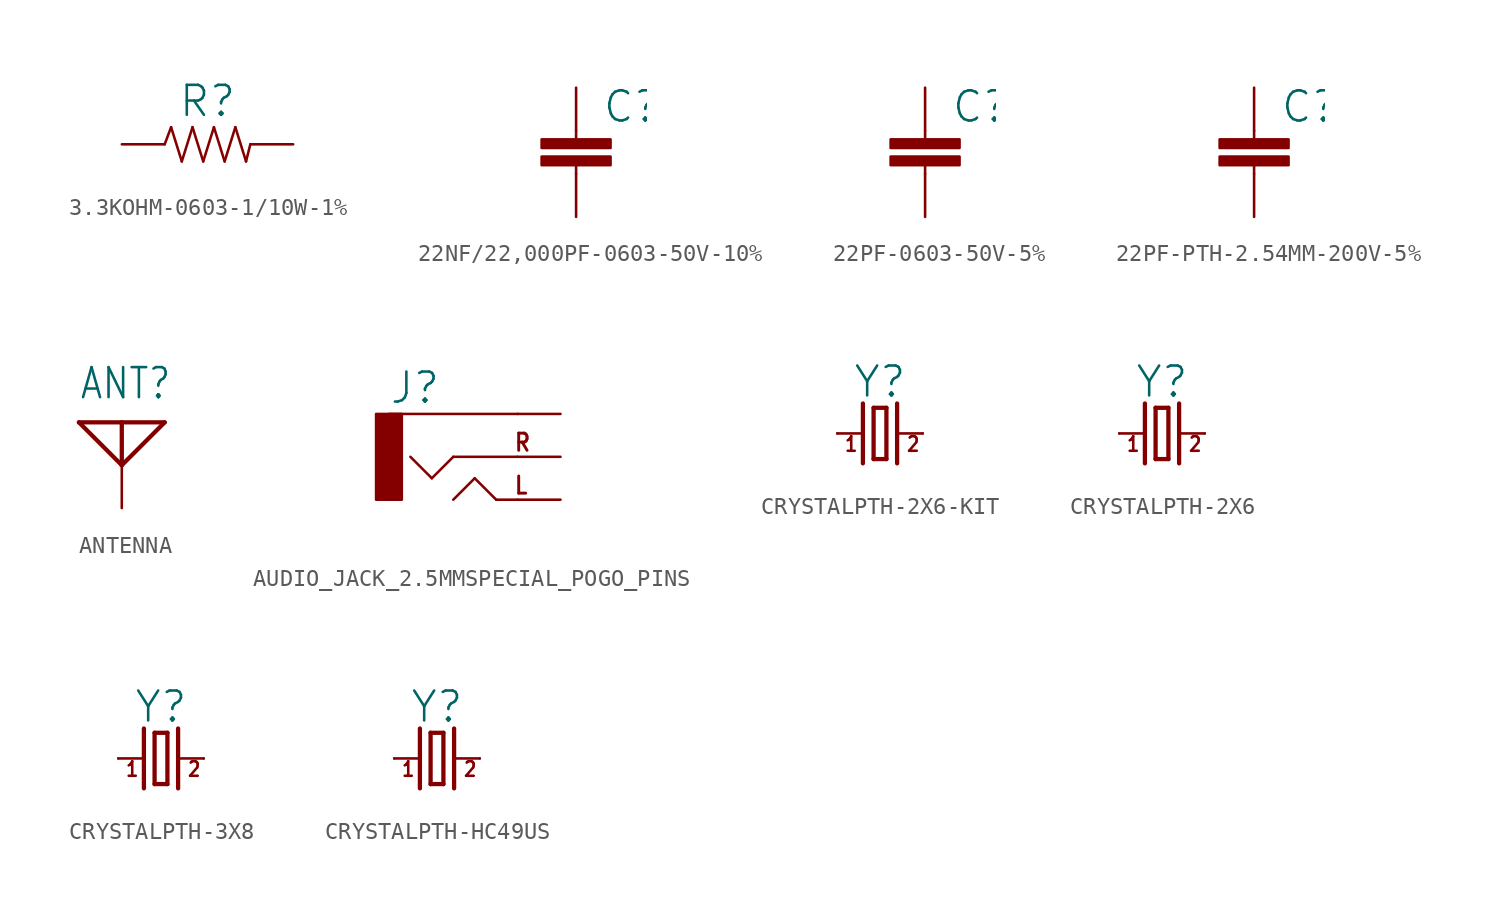
<source format=kicad_sym>
(kicad_symbol_lib
  (version 20231120)
  (generator "kicad_symbol_editor")
  (generator_version "8.0")
  (symbol "3.3KOHM-0603-1/10W-1%"
    (property "Reference" "R"
      (at 0 1.524 0)
      (effects (font (size 1.778 1.778)) (justify bottom)))
    (property "Value" ""
      (at 0 -1.524 0)
      (effects (font (size 1.778 1.778)) (justify top)))
    (property "ki_locked" ""
      (at 0 0 0)
      (effects (font (size 1.27 1.27))))
    (symbol "3.3KOHM-0603-1/10W-1%_1_0"
      (polyline (pts (xy -2.54 0) (xy -2.159 1.016)) (stroke (width 0.152) (type solid)) (fill (type none)))
      (polyline (pts (xy -2.159 1.016) (xy -1.524 -1.016)) (stroke (width 0.152) (type solid)) (fill (type none)))
      (polyline (pts (xy -1.524 -1.016) (xy -0.889 1.016)) (stroke (width 0.152) (type solid)) (fill (type none)))
      (polyline (pts (xy -0.889 1.016) (xy -0.254 -1.016)) (stroke (width 0.152) (type solid)) (fill (type none)))
      (polyline (pts (xy -0.254 -1.016) (xy 0.381 1.016)) (stroke (width 0.152) (type solid)) (fill (type none)))
      (polyline (pts (xy 0.381 1.016) (xy 1.016 -1.016)) (stroke (width 0.152) (type solid)) (fill (type none)))
      (polyline (pts (xy 1.016 -1.016) (xy 1.651 1.016)) (stroke (width 0.152) (type solid)) (fill (type none)))
      (polyline (pts (xy 1.651 1.016) (xy 2.286 -1.016)) (stroke (width 0.152) (type solid)) (fill (type none)))
      (polyline (pts (xy 2.286 -1.016) (xy 2.54 0)) (stroke (width 0.152) (type solid)) (fill (type none)))
      (pin passive line (at -5.08 0 0) (length 2.54) (name "1" (effects (font (size 0 0)))) (number "1" (effects (font (size 0 0)))))
      (pin passive line (at 5.08 0 180) (length 2.54) (name "2" (effects (font (size 0 0)))) (number "2" (effects (font (size 0 0)))))))
  (symbol "22NF/22,000PF-0603-50V-10%"
    (property "Reference" "C"
      (at 1.524 2.921 0)
      (effects (font (size 1.778 1.778)) (justify left bottom)))
    (property "Value" ""
      (at 1.524 -2.159 0)
      (effects (font (size 1.778 1.778)) (justify left bottom)))
    (property "ki_locked" ""
      (at 0 0 0)
      (effects (font (size 1.27 1.27))))
    (symbol "22NF/22,000PF-0603-50V-10%_1_0"
      (rectangle (start -2.032 0.508) (end 2.032 1.016) (stroke (width 0) (type default)) (fill (type outline)))
      (rectangle (start -2.032 1.524) (end 2.032 2.032) (stroke (width 0) (type default)) (fill (type outline)))
      (polyline (pts (xy 0 0) (xy 0 0.508)) (stroke (width 0.152) (type solid)) (fill (type none)))
      (polyline (pts (xy 0 2.54) (xy 0 2.032)) (stroke (width 0.152) (type solid)) (fill (type none)))
      (pin passive line (at 0 5.08 270) (length 2.54) (name "1" (effects (font (size 0 0)))) (number "1" (effects (font (size 0 0)))))
      (pin passive line (at 0 -2.54 90) (length 2.54) (name "2" (effects (font (size 0 0)))) (number "2" (effects (font (size 0 0)))))))
  (symbol "22PF-0603-50V-5%"
    (property "Reference" "C"
      (at 1.524 2.921 0)
      (effects (font (size 1.778 1.778)) (justify left bottom)))
    (property "Value" ""
      (at 1.524 -2.159 0)
      (effects (font (size 1.778 1.778)) (justify left bottom)))
    (property "ki_locked" ""
      (at 0 0 0)
      (effects (font (size 1.27 1.27))))
    (symbol "22PF-0603-50V-5%_1_0"
      (rectangle (start -2.032 0.508) (end 2.032 1.016) (stroke (width 0) (type default)) (fill (type outline)))
      (rectangle (start -2.032 1.524) (end 2.032 2.032) (stroke (width 0) (type default)) (fill (type outline)))
      (polyline (pts (xy 0 0) (xy 0 0.508)) (stroke (width 0.152) (type solid)) (fill (type none)))
      (polyline (pts (xy 0 2.54) (xy 0 2.032)) (stroke (width 0.152) (type solid)) (fill (type none)))
      (pin passive line (at 0 5.08 270) (length 2.54) (name "1" (effects (font (size 0 0)))) (number "1" (effects (font (size 0 0)))))
      (pin passive line (at 0 -2.54 90) (length 2.54) (name "2" (effects (font (size 0 0)))) (number "2" (effects (font (size 0 0)))))))
  (symbol "22PF-PTH-2.54MM-200V-5%"
    (property "Reference" "C"
      (at 1.524 2.921 0)
      (effects (font (size 1.778 1.778)) (justify left bottom)))
    (property "Value" ""
      (at 1.524 -2.159 0)
      (effects (font (size 1.778 1.778)) (justify left bottom)))
    (property "ki_locked" ""
      (at 0 0 0)
      (effects (font (size 1.27 1.27))))
    (symbol "22PF-PTH-2.54MM-200V-5%_1_0"
      (rectangle (start -2.032 0.508) (end 2.032 1.016) (stroke (width 0) (type default)) (fill (type outline)))
      (rectangle (start -2.032 1.524) (end 2.032 2.032) (stroke (width 0) (type default)) (fill (type outline)))
      (polyline (pts (xy 0 0) (xy 0 0.508)) (stroke (width 0.152) (type solid)) (fill (type none)))
      (polyline (pts (xy 0 2.54) (xy 0 2.032)) (stroke (width 0.152) (type solid)) (fill (type none)))
      (pin passive line (at 0 5.08 270) (length 2.54) (name "1" (effects (font (size 0 0)))) (number "1" (effects (font (size 0 0)))))
      (pin passive line (at 0 -2.54 90) (length 2.54) (name "2" (effects (font (size 0 0)))) (number "2" (effects (font (size 0 0)))))))
  (symbol "ANTENNA"
    (property "Reference" "ANT"
      (at -2.54 1.27 0)
      (effects (font (size 1.778 1.511)) (justify left bottom)))
    (property "Value" ""
      (at 2.54 -5.08 0)
      (effects (font (size 1.778 1.511)) (justify left bottom)))
    (property "ki_locked" ""
      (at 0 0 0)
      (effects (font (size 1.27 1.27))))
    (symbol "ANTENNA_1_0"
      (polyline (pts (xy -2.54 0) (xy 0 0)) (stroke (width 0.254) (type solid)) (fill (type none)))
      (polyline (pts (xy 0 -2.54) (xy -2.54 0)) (stroke (width 0.254) (type solid)) (fill (type none)))
      (polyline (pts (xy 0 0) (xy 0 -2.54)) (stroke (width 0.254) (type solid)) (fill (type none)))
      (polyline (pts (xy 0 0) (xy 2.54 0)) (stroke (width 0.254) (type solid)) (fill (type none)))
      (polyline (pts (xy 2.54 0) (xy 0 -2.54)) (stroke (width 0.254) (type solid)) (fill (type none)))
      (pin output line (at 0 -5.08 90) (length 2.54) (name "1" (effects (font (size 0 0)))) (number "1" (effects (font (size 0 0)))))))
  (symbol "AUDIO_JACK_2.5MMSPECIAL_POGO_PINS"
    (property "Reference" "J"
      (at -5.08 3.048 0)
      (effects (font (size 1.778 1.778)) (justify left bottom)))
    (property "Value" ""
      (at -5.08 -5.08 0)
      (effects (font (size 1.778 1.778)) (justify left bottom)))
    (property "ki_locked" ""
      (at 0 0 0)
      (effects (font (size 1.27 1.27))))
    (symbol "AUDIO_JACK_2.5MMSPECIAL_POGO_PINS_1_0"
      (rectangle (start -5.842 2.54) (end -4.318 -2.54) (stroke (width 0) (type default)) (fill (type outline)))
      (polyline (pts (xy -2.54 -1.27) (xy -3.81 0)) (stroke (width 0.152) (type solid)) (fill (type none)))
      (polyline (pts (xy -1.27 -2.54) (xy 0 -1.27)) (stroke (width 0.152) (type solid)) (fill (type none)))
      (polyline (pts (xy -1.27 0) (xy -2.54 -1.27)) (stroke (width 0.152) (type solid)) (fill (type none)))
      (polyline (pts (xy 0 -1.27) (xy 1.27 -2.54)) (stroke (width 0.152) (type solid)) (fill (type none)))
      (polyline (pts (xy 1.27 -2.54) (xy 2.54 -2.54)) (stroke (width 0.152) (type solid)) (fill (type none)))
      (polyline (pts (xy 2.54 0) (xy -1.27 0)) (stroke (width 0.152) (type solid)) (fill (type none)))
      (polyline (pts (xy 2.54 2.54) (xy -5.08 2.54)) (stroke (width 0.152) (type solid)) (fill (type none)))
      (text "L" (at 2.286 -2.286 0) (effects (font (size 1.016 0.864) (thickness 0.173) (bold yes)) (justify left bottom)))
      (text "R" (at 2.286 0.254 0) (effects (font (size 1.016 0.864) (thickness 0.173) (bold yes)) (justify left bottom)))
      (pin bidirectional line (at 5.08 2.54 180) (length 2.54) (name "SLEEVE" (effects (font (size 0 0)))) (number "RING1" (effects (font (size 0 0)))))
      (pin bidirectional line (at 5.08 -2.54 180) (length 2.54) (name "LEFT" (effects (font (size 0 0)))) (number "SHIELD" (effects (font (size 0 0)))))
      (pin bidirectional line (at 5.08 0 180) (length 2.54) (name "RIGHT" (effects (font (size 0 0)))) (number "TIP" (effects (font (size 0 0)))))))
  (symbol "CRYSTALPTH-2X6-KIT"
    (property "Reference" "Y"
      (at 0 2.032 0)
      (effects (font (size 1.778 1.778)) (justify bottom)))
    (property "Value" ""
      (at 0 -2.032 0)
      (effects (font (size 1.778 1.778)) (justify top)))
    (property "ki_locked" ""
      (at 0 0 0)
      (effects (font (size 1.27 1.27))))
    (symbol "CRYSTALPTH-2X6-KIT_1_0"
      (polyline (pts (xy -2.54 0) (xy -1.016 0)) (stroke (width 0.152) (type solid)) (fill (type none)))
      (polyline (pts (xy -1.016 1.778) (xy -1.016 -1.778)) (stroke (width 0.254) (type solid)) (fill (type none)))
      (polyline (pts (xy -0.381 -1.524) (xy 0.381 -1.524)) (stroke (width 0.254) (type solid)) (fill (type none)))
      (polyline (pts (xy -0.381 1.524) (xy -0.381 -1.524)) (stroke (width 0.254) (type solid)) (fill (type none)))
      (polyline (pts (xy 0.381 -1.524) (xy 0.381 1.524)) (stroke (width 0.254) (type solid)) (fill (type none)))
      (polyline (pts (xy 0.381 1.524) (xy -0.381 1.524)) (stroke (width 0.254) (type solid)) (fill (type none)))
      (polyline (pts (xy 1.016 0) (xy 2.54 0)) (stroke (width 0.152) (type solid)) (fill (type none)))
      (polyline (pts (xy 1.016 1.778) (xy 1.016 -1.778)) (stroke (width 0.254) (type solid)) (fill (type none)))
      (text "1" (at -2.159 -1.143 0) (effects (font (size 0.864 0.734)) (justify left bottom)))
      (text "2" (at 1.524 -1.143 0) (effects (font (size 0.864 0.734)) (justify left bottom)))
      (pin passive line (at -2.54 0 0) (length 0) (name "1" (effects (font (size 0 0)))) (number "1" (effects (font (size 0 0)))))
      (pin passive line (at 2.54 0 180) (length 0) (name "2" (effects (font (size 0 0)))) (number "2" (effects (font (size 0 0)))))))
  (symbol "CRYSTALPTH-2X6"
    (property "Reference" "Y"
      (at 0 2.032 0)
      (effects (font (size 1.778 1.778)) (justify bottom)))
    (property "Value" ""
      (at 0 -2.032 0)
      (effects (font (size 1.778 1.778)) (justify top)))
    (property "ki_locked" ""
      (at 0 0 0)
      (effects (font (size 1.27 1.27))))
    (symbol "CRYSTALPTH-2X6_1_0"
      (polyline (pts (xy -2.54 0) (xy -1.016 0)) (stroke (width 0.152) (type solid)) (fill (type none)))
      (polyline (pts (xy -1.016 1.778) (xy -1.016 -1.778)) (stroke (width 0.254) (type solid)) (fill (type none)))
      (polyline (pts (xy -0.381 -1.524) (xy 0.381 -1.524)) (stroke (width 0.254) (type solid)) (fill (type none)))
      (polyline (pts (xy -0.381 1.524) (xy -0.381 -1.524)) (stroke (width 0.254) (type solid)) (fill (type none)))
      (polyline (pts (xy 0.381 -1.524) (xy 0.381 1.524)) (stroke (width 0.254) (type solid)) (fill (type none)))
      (polyline (pts (xy 0.381 1.524) (xy -0.381 1.524)) (stroke (width 0.254) (type solid)) (fill (type none)))
      (polyline (pts (xy 1.016 0) (xy 2.54 0)) (stroke (width 0.152) (type solid)) (fill (type none)))
      (polyline (pts (xy 1.016 1.778) (xy 1.016 -1.778)) (stroke (width 0.254) (type solid)) (fill (type none)))
      (text "1" (at -2.159 -1.143 0) (effects (font (size 0.864 0.734)) (justify left bottom)))
      (text "2" (at 1.524 -1.143 0) (effects (font (size 0.864 0.734)) (justify left bottom)))
      (pin passive line (at -2.54 0 0) (length 0) (name "1" (effects (font (size 0 0)))) (number "1" (effects (font (size 0 0)))))
      (pin passive line (at 2.54 0 180) (length 0) (name "2" (effects (font (size 0 0)))) (number "2" (effects (font (size 0 0)))))))
  (symbol "CRYSTALPTH-3X8"
    (property "Reference" "Y"
      (at 0 2.032 0)
      (effects (font (size 1.778 1.778)) (justify bottom)))
    (property "Value" ""
      (at 0 -2.032 0)
      (effects (font (size 1.778 1.778)) (justify top)))
    (property "ki_locked" ""
      (at 0 0 0)
      (effects (font (size 1.27 1.27))))
    (symbol "CRYSTALPTH-3X8_1_0"
      (polyline (pts (xy -2.54 0) (xy -1.016 0)) (stroke (width 0.152) (type solid)) (fill (type none)))
      (polyline (pts (xy -1.016 1.778) (xy -1.016 -1.778)) (stroke (width 0.254) (type solid)) (fill (type none)))
      (polyline (pts (xy -0.381 -1.524) (xy 0.381 -1.524)) (stroke (width 0.254) (type solid)) (fill (type none)))
      (polyline (pts (xy -0.381 1.524) (xy -0.381 -1.524)) (stroke (width 0.254) (type solid)) (fill (type none)))
      (polyline (pts (xy 0.381 -1.524) (xy 0.381 1.524)) (stroke (width 0.254) (type solid)) (fill (type none)))
      (polyline (pts (xy 0.381 1.524) (xy -0.381 1.524)) (stroke (width 0.254) (type solid)) (fill (type none)))
      (polyline (pts (xy 1.016 0) (xy 2.54 0)) (stroke (width 0.152) (type solid)) (fill (type none)))
      (polyline (pts (xy 1.016 1.778) (xy 1.016 -1.778)) (stroke (width 0.254) (type solid)) (fill (type none)))
      (text "1" (at -2.159 -1.143 0) (effects (font (size 0.864 0.734)) (justify left bottom)))
      (text "2" (at 1.524 -1.143 0) (effects (font (size 0.864 0.734)) (justify left bottom)))
      (pin passive line (at -2.54 0 0) (length 0) (name "1" (effects (font (size 0 0)))) (number "1" (effects (font (size 0 0)))))
      (pin passive line (at 2.54 0 180) (length 0) (name "2" (effects (font (size 0 0)))) (number "2" (effects (font (size 0 0)))))))
  (symbol "CRYSTALPTH-HC49US"
    (property "Reference" "Y"
      (at 0 2.032 0)
      (effects (font (size 1.778 1.778)) (justify bottom)))
    (property "Value" ""
      (at 0 -2.032 0)
      (effects (font (size 1.778 1.778)) (justify top)))
    (property "ki_locked" ""
      (at 0 0 0)
      (effects (font (size 1.27 1.27))))
    (symbol "CRYSTALPTH-HC49US_1_0"
      (polyline (pts (xy -2.54 0) (xy -1.016 0)) (stroke (width 0.152) (type solid)) (fill (type none)))
      (polyline (pts (xy -1.016 1.778) (xy -1.016 -1.778)) (stroke (width 0.254) (type solid)) (fill (type none)))
      (polyline (pts (xy -0.381 -1.524) (xy 0.381 -1.524)) (stroke (width 0.254) (type solid)) (fill (type none)))
      (polyline (pts (xy -0.381 1.524) (xy -0.381 -1.524)) (stroke (width 0.254) (type solid)) (fill (type none)))
      (polyline (pts (xy 0.381 -1.524) (xy 0.381 1.524)) (stroke (width 0.254) (type solid)) (fill (type none)))
      (polyline (pts (xy 0.381 1.524) (xy -0.381 1.524)) (stroke (width 0.254) (type solid)) (fill (type none)))
      (polyline (pts (xy 1.016 0) (xy 2.54 0)) (stroke (width 0.152) (type solid)) (fill (type none)))
      (polyline (pts (xy 1.016 1.778) (xy 1.016 -1.778)) (stroke (width 0.254) (type solid)) (fill (type none)))
      (text "1" (at -2.159 -1.143 0) (effects (font (size 0.864 0.734)) (justify left bottom)))
      (text "2" (at 1.524 -1.143 0) (effects (font (size 0.864 0.734)) (justify left bottom)))
      (pin passive line (at -2.54 0 0) (length 0) (name "1" (effects (font (size 0 0)))) (number "1" (effects (font (size 0 0)))))
      (pin passive line (at 2.54 0 180) (length 0) (name "2" (effects (font (size 0 0)))) (number "2" (effects (font (size 0 0))))))))
</source>
